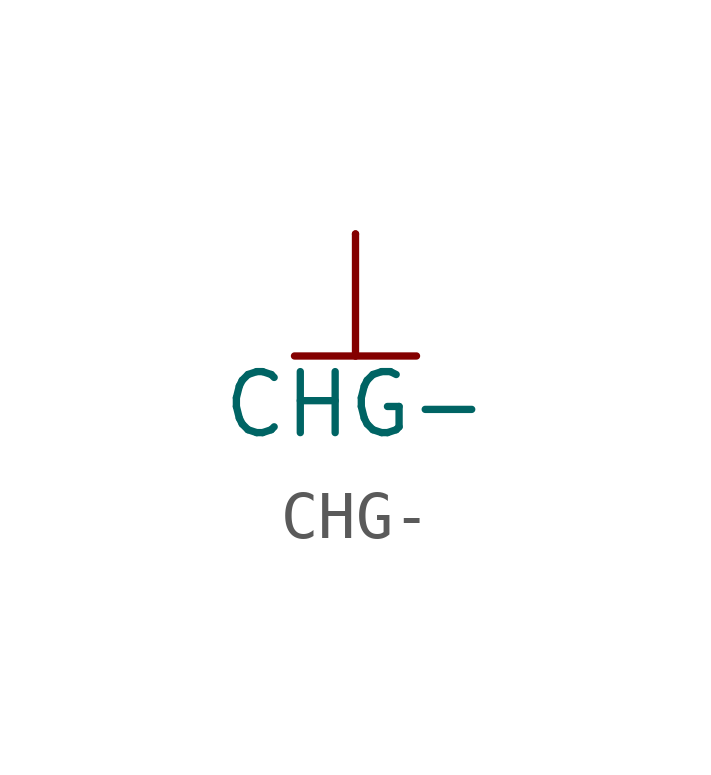
<source format=kicad_sym>
(kicad_symbol_lib
  (version 20241209)
  (generator "kicad_symbol_editor")
  (generator_version "9.0")
  (symbol "CHG-"
    (power)
    (pin_numbers
      (hide yes))
    (pin_names
      (offset 0)
      (hide yes))
    (property "Reference" "#PWR"
      (at 0 0 0)
      (effects (font (size 1.27 1.27)) (hide yes)))
    (property "Value" "CHG-"
      (at 0 -3.556 0)
      (do_not_autoplace)
      (effects (font (size 1.27 1.27))))
    (symbol "CHG-_0_1"
      (polyline (pts (xy 0 0) (xy 0 -2.54)) (stroke (width 0) (type default)) (fill (type none)))
      (polyline (pts (xy 0 -2.54) (xy -1.27 -2.54)) (stroke (width 0) (type default)) (fill (type none)))
      (polyline (pts (xy 1.27 -2.54) (xy 0 -2.54)) (stroke (width 0) (type default)) (fill (type none))))
    (symbol "CHG-_1_1"
      (pin power_in line (at 0 0 270) (length 0) (name "~" (effects (font (size 1.27 1.27)))) (number "1" (effects (font (size 1.27 1.27))))))))
</source>
